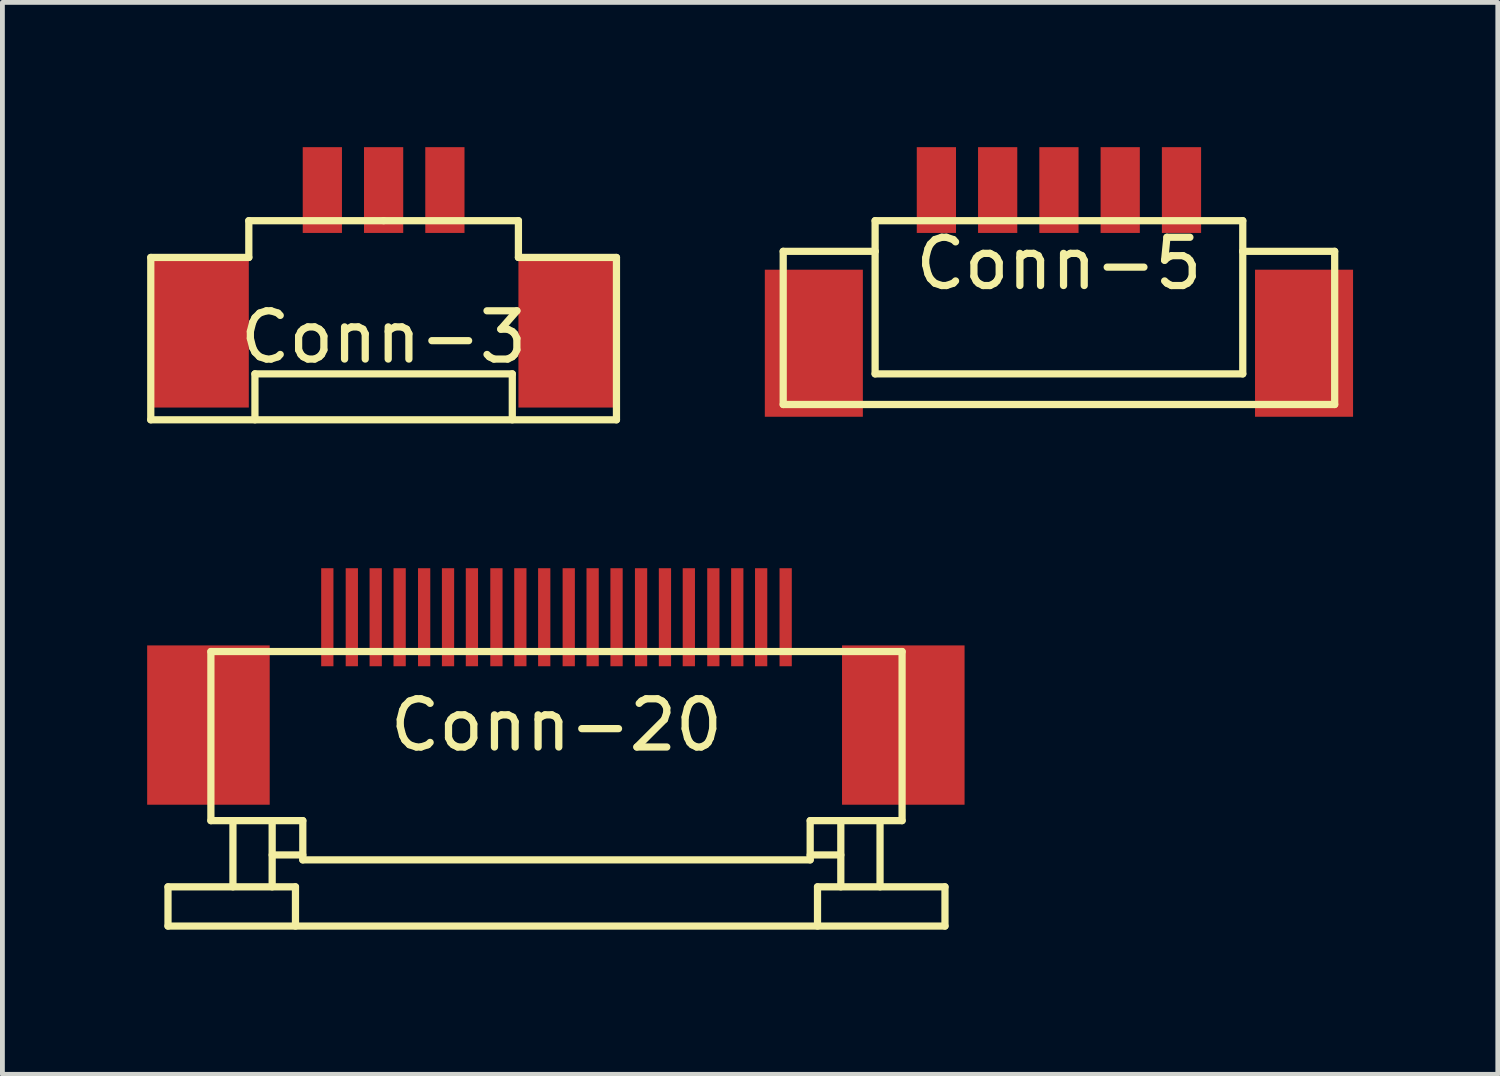
<source format=kicad_pcb>
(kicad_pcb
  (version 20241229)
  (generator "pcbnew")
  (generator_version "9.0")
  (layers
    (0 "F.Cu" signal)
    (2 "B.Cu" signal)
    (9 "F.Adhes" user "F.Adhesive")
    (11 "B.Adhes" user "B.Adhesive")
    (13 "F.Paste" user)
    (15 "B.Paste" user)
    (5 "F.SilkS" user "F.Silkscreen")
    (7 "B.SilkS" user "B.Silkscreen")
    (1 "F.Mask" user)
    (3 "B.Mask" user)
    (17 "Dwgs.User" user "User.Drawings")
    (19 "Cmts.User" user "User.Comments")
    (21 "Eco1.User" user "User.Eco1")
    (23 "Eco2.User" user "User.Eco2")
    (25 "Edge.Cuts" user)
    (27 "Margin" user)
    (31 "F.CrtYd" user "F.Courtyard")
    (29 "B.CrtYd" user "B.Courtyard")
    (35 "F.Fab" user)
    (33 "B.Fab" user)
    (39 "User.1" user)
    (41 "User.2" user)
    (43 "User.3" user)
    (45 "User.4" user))
  (footprint "Conn-5"
    (layer "F.Cu")
    (at 18.898 0.889)
    (property "Reference" "Conn-5" (at 0 1.524 0) (layer "F.SilkS") (effects (font (size 1 1) (thickness 0.15))))
    (attr smd)
    (fp_line (start -5.715 1.27) (end -3.81 1.27) (stroke (width 0.15) (type solid)) (layer "F.SilkS"))
    (fp_line (start -5.715 4.445) (end -5.715 1.27) (stroke (width 0.15) (type solid)) (layer "F.SilkS"))
    (fp_line (start -3.81 0.635) (end 3.81 0.635) (stroke (width 0.15) (type solid)) (layer "F.SilkS"))
    (fp_line (start -3.81 1.27) (end -3.81 0.635) (stroke (width 0.15) (type solid)) (layer "F.SilkS"))
    (fp_line (start -3.81 3.81) (end -3.81 1.27) (stroke (width 0.15) (type solid)) (layer "F.SilkS"))
    (fp_line (start 3.81 0.635) (end 3.81 1.27) (stroke (width 0.15) (type solid)) (layer "F.SilkS"))
    (fp_line (start 3.81 1.27) (end 3.81 3.81) (stroke (width 0.15) (type solid)) (layer "F.SilkS"))
    (fp_line (start 3.81 1.27) (end 5.715 1.27) (stroke (width 0.15) (type solid)) (layer "F.SilkS"))
    (fp_line (start 3.81 3.81) (end -3.81 3.81) (stroke (width 0.15) (type solid)) (layer "F.SilkS"))
    (fp_line (start 5.715 4.445) (end -5.715 4.445) (stroke (width 0.15) (type solid)) (layer "F.SilkS"))
    (fp_line (start 5.715 4.445) (end 5.715 1.27) (stroke (width 0.15) (type solid)) (layer "F.SilkS"))
    (pad "" smd rect (at -5.08 3.175) (size 2.032 3.048) (layers "F.Cu" "F.Mask" "F.Paste"))
    (pad "" smd rect (at 5.08 3.175) (size 2.032 3.048) (layers "F.Cu" "F.Mask" "F.Paste"))
    (pad "1" smd rect (at -2.54 0) (size 0.813 1.778) (layers "F.Cu" "F.Mask" "F.Paste"))
    (pad "2" smd rect (at -1.27 0) (size 0.813 1.778) (layers "F.Cu" "F.Mask" "F.Paste"))
    (pad "3" smd rect (at 0 0) (size 0.813 1.778) (layers "F.Cu" "F.Mask" "F.Paste"))
    (pad "4" smd rect (at 1.27 0) (size 0.813 1.778) (layers "F.Cu" "F.Mask" "F.Paste"))
    (pad "5" smd rect (at 2.54 0) (size 0.813 1.778) (layers "F.Cu" "F.Mask" "F.Paste")))
  (footprint "Conn-20"
    (layer "F.Cu")
    (at 8.484 12.994)
    (property "Reference" "Conn-20" (at 0 -1.016 0) (layer "F.SilkS") (effects (font (size 1 1) (thickness 0.15))))
    (attr smd)
    (fp_line (start -8.052 2.337) (end -5.41 2.337) (stroke (width 0.15) (type solid)) (layer "F.SilkS"))
    (fp_line (start -8.052 3.15) (end -8.052 2.337) (stroke (width 0.15) (type solid)) (layer "F.SilkS"))
    (fp_line (start -8.052 3.15) (end 8.052 3.15) (stroke (width 0.15) (type solid)) (layer "F.SilkS"))
    (fp_line (start -7.163 -2.54) (end -7.163 0.965) (stroke (width 0.15) (type solid)) (layer "F.SilkS"))
    (fp_line (start -7.163 -2.54) (end 7.163 -2.54) (stroke (width 0.15) (type solid)) (layer "F.SilkS"))
    (fp_line (start -7.163 0.965) (end -5.258 0.965) (stroke (width 0.15) (type solid)) (layer "F.SilkS"))
    (fp_line (start -6.706 0.965) (end -6.706 2.337) (stroke (width 0.15) (type solid)) (layer "F.SilkS"))
    (fp_line (start -5.893 0.965) (end -5.893 2.337) (stroke (width 0.15) (type solid)) (layer "F.SilkS"))
    (fp_line (start -5.41 2.337) (end -5.41 3.15) (stroke (width 0.15) (type solid)) (layer "F.SilkS"))
    (fp_line (start -5.258 0.965) (end -5.258 1.778) (stroke (width 0.15) (type solid)) (layer "F.SilkS"))
    (fp_line (start -5.258 1.676) (end -5.893 1.676) (stroke (width 0.15) (type solid)) (layer "F.SilkS"))
    (fp_line (start -5.258 1.778) (end 5.258 1.778) (stroke (width 0.15) (type solid)) (layer "F.SilkS"))
    (fp_line (start 5.258 0.965) (end 7.163 0.965) (stroke (width 0.15) (type solid)) (layer "F.SilkS"))
    (fp_line (start 5.258 1.676) (end 5.893 1.676) (stroke (width 0.15) (type solid)) (layer "F.SilkS"))
    (fp_line (start 5.258 1.778) (end 5.258 0.965) (stroke (width 0.15) (type solid)) (layer "F.SilkS"))
    (fp_line (start 5.41 2.337) (end 5.41 3.15) (stroke (width 0.15) (type solid)) (layer "F.SilkS"))
    (fp_line (start 5.893 0.965) (end 5.893 2.337) (stroke (width 0.15) (type solid)) (layer "F.SilkS"))
    (fp_line (start 6.706 0.965) (end 6.706 2.337) (stroke (width 0.15) (type solid)) (layer "F.SilkS"))
    (fp_line (start 7.163 0.965) (end 7.163 -2.54) (stroke (width 0.15) (type solid)) (layer "F.SilkS"))
    (fp_line (start 8.052 2.337) (end 5.41 2.337) (stroke (width 0.15) (type solid)) (layer "F.SilkS"))
    (fp_line (start 8.052 3.15) (end 8.052 2.337) (stroke (width 0.15) (type solid)) (layer "F.SilkS"))
    (pad "" smd rect (at -7.214 -1.016) (size 2.54 3.302) (layers "F.Cu" "F.Mask" "F.Paste"))
    (pad "" smd rect (at 7.188 -1.016) (size 2.54 3.302) (layers "F.Cu" "F.Mask" "F.Paste"))
    (pad "1" smd rect (at -4.75 -3.251) (size 0.254 2.032) (layers "F.Cu" "F.Mask" "F.Paste"))
    (pad "2" smd rect (at -4.242 -3.251) (size 0.254 2.032) (layers "F.Cu" "F.Mask" "F.Paste"))
    (pad "3" smd rect (at -3.747 -3.251) (size 0.254 2.032) (layers "F.Cu" "F.Mask" "F.Paste"))
    (pad "4" smd rect (at -3.251 -3.251) (size 0.254 2.032) (layers "F.Cu" "F.Mask" "F.Paste"))
    (pad "5" smd rect (at -2.743 -3.251) (size 0.254 2.032) (layers "F.Cu" "F.Mask" "F.Paste"))
    (pad "6" smd rect (at -2.248 -3.251) (size 0.254 2.032) (layers "F.Cu" "F.Mask" "F.Paste"))
    (pad "7" smd rect (at -1.753 -3.251) (size 0.254 2.032) (layers "F.Cu" "F.Mask" "F.Paste"))
    (pad "8" smd rect (at -1.245 -3.251) (size 0.254 2.032) (layers "F.Cu" "F.Mask" "F.Paste"))
    (pad "9" smd rect (at -0.749 -3.251) (size 0.254 2.032) (layers "F.Cu" "F.Mask" "F.Paste"))
    (pad "10" smd rect (at -0.254 -3.251) (size 0.254 2.032) (layers "F.Cu" "F.Mask" "F.Paste"))
    (pad "11" smd rect (at 0.254 -3.251) (size 0.254 2.032) (layers "F.Cu" "F.Mask" "F.Paste"))
    (pad "12" smd rect (at 0.749 -3.251) (size 0.254 2.032) (layers "F.Cu" "F.Mask" "F.Paste"))
    (pad "13" smd rect (at 1.245 -3.251) (size 0.254 2.032) (layers "F.Cu" "F.Mask" "F.Paste"))
    (pad "14" smd rect (at 1.753 -3.251) (size 0.254 2.032) (layers "F.Cu" "F.Mask" "F.Paste"))
    (pad "15" smd rect (at 2.248 -3.251) (size 0.254 2.032) (layers "F.Cu" "F.Mask" "F.Paste"))
    (pad "16" smd rect (at 2.743 -3.251) (size 0.254 2.032) (layers "F.Cu" "F.Mask" "F.Paste"))
    (pad "17" smd rect (at 3.251 -3.251) (size 0.254 2.032) (layers "F.Cu" "F.Mask" "F.Paste"))
    (pad "18" smd rect (at 3.747 -3.251) (size 0.254 2.032) (layers "F.Cu" "F.Mask" "F.Paste"))
    (pad "19" smd rect (at 4.242 -3.251) (size 0.254 2.032) (layers "F.Cu" "F.Mask" "F.Paste"))
    (pad "20" smd rect (at 4.75 -3.251) (size 0.254 2.032) (layers "F.Cu" "F.Mask" "F.Paste")))
  (footprint "Conn-3"
    (layer "F.Cu")
    (at 4.901 4.318)
    (property "Reference" "Conn-3" (at 0 -0.381 0) (layer "F.SilkS") (effects (font (size 1 1) (thickness 0.15))))
    (attr smd)
    (fp_line (start -4.826 -2.032) (end -2.794 -2.032) (stroke (width 0.15) (type solid)) (layer "F.SilkS"))
    (fp_line (start -4.826 1.333) (end -4.826 -2.032) (stroke (width 0.15) (type solid)) (layer "F.SilkS"))
    (fp_line (start -2.794 -2.794) (end 0 -2.794) (stroke (width 0.15) (type solid)) (layer "F.SilkS"))
    (fp_line (start -2.794 -2.032) (end -2.794 -2.794) (stroke (width 0.15) (type solid)) (layer "F.SilkS"))
    (fp_line (start -2.667 0.381) (end -2.667 1.333) (stroke (width 0.15) (type solid)) (layer "F.SilkS"))
    (fp_line (start 0 -2.794) (end 2.794 -2.794) (stroke (width 0.15) (type solid)) (layer "F.SilkS"))
    (fp_line (start 2.667 0.381) (end -2.667 0.381) (stroke (width 0.15) (type solid)) (layer "F.SilkS"))
    (fp_line (start 2.667 1.333) (end 2.667 0.381) (stroke (width 0.15) (type solid)) (layer "F.SilkS"))
    (fp_line (start 2.794 -2.794) (end 2.794 -2.032) (stroke (width 0.15) (type solid)) (layer "F.SilkS"))
    (fp_line (start 2.794 -2.032) (end 4.826 -2.032) (stroke (width 0.15) (type solid)) (layer "F.SilkS"))
    (fp_line (start 4.826 -2.032) (end 4.826 1.333) (stroke (width 0.15) (type solid)) (layer "F.SilkS"))
    (fp_line (start 4.826 1.333) (end -4.826 1.333) (stroke (width 0.15) (type solid)) (layer "F.SilkS"))
    (pad "" smd rect (at -3.81 -0.445) (size 2.032 3.048) (layers "F.Cu" "F.Mask" "F.Paste"))
    (pad "" smd rect (at 3.81 -0.445) (size 2.032 3.048) (layers "F.Cu" "F.Mask" "F.Paste"))
    (pad "1" smd rect (at -1.27 -3.429) (size 0.813 1.778) (layers "F.Cu" "F.Mask" "F.Paste"))
    (pad "2" smd rect (at 0 -3.429) (size 0.813 1.778) (layers "F.Cu" "F.Mask" "F.Paste"))
    (pad "3" smd rect (at 1.27 -3.429) (size 0.813 1.778) (layers "F.Cu" "F.Mask" "F.Paste")))
  (gr_rect
    (start -3 -3)
    (end 27.994 19.218)
    (stroke (width 0.1) (type default))
    (fill no)
    (layer "Edge.Cuts")))
</source>
